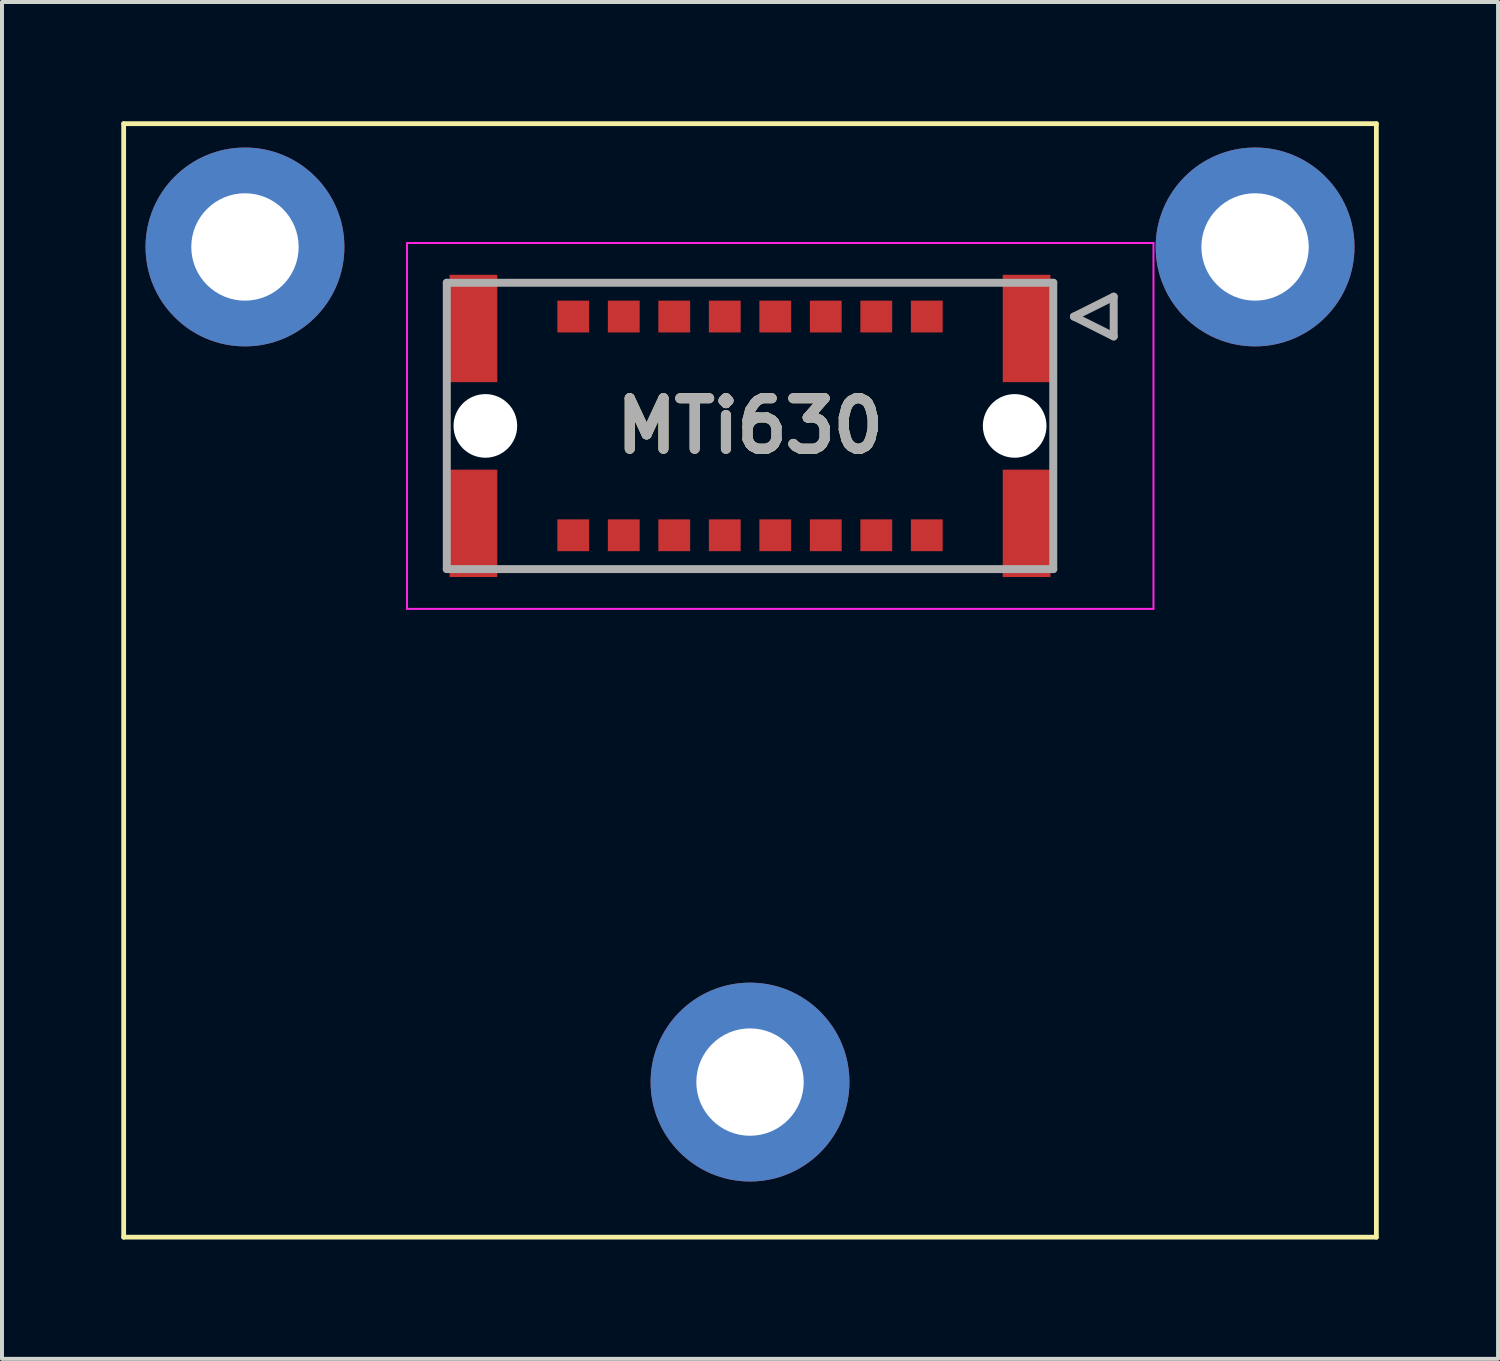
<source format=kicad_pcb>
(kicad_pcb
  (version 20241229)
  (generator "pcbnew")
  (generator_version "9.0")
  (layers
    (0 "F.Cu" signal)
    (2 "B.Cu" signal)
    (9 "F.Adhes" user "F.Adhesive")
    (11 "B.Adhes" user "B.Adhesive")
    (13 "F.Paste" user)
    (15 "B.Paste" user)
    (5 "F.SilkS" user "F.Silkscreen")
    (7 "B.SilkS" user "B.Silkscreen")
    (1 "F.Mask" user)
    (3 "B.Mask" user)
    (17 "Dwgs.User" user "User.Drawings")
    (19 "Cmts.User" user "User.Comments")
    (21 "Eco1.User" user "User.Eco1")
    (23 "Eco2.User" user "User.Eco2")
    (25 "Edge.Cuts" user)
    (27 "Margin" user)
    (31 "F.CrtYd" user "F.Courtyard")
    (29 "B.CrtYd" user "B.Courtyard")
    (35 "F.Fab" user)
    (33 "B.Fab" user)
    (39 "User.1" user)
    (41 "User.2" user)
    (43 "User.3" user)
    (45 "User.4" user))
  (footprint "MTi630"
    (layer "F.Cu")
    (at 15.81 7.66)
    (property "Reference" "MTi630" (at 0 0 0) (layer "F.SilkS") (effects (font (size 1.27 1.27) (thickness 0.254))))
    (attr through_hole)
    (fp_line (start -15.75 -7.6) (end -15.75 20.4) (stroke (width 0.12) (type solid)) (layer "F.SilkS"))
    (fp_line (start -15.75 20.4) (end 15.75 20.4) (stroke (width 0.12) (type solid)) (layer "F.SilkS"))
    (fp_line (start 8.145 -2.75) (end 9.145 -3.25) (stroke (width 0.1) (type solid)) (layer "F.SilkS"))
    (fp_line (start 9.145 -3.25) (end 9.145 -2.25) (stroke (width 0.1) (type solid)) (layer "F.SilkS"))
    (fp_line (start 9.145 -2.25) (end 8.145 -2.75) (stroke (width 0.1) (type solid)) (layer "F.SilkS"))
    (fp_line (start 15.75 -7.6) (end -15.75 -7.6) (stroke (width 0.12) (type solid)) (layer "F.SilkS"))
    (fp_line (start 15.75 20.4) (end 15.75 -7.6) (stroke (width 0.12) (type solid)) (layer "F.SilkS"))
    (fp_line (start -8.625 -4.6) (end 10.145 -4.6) (stroke (width 0.05) (type solid)) (layer "F.CrtYd"))
    (fp_line (start -8.625 4.6) (end -8.625 -4.6) (stroke (width 0.05) (type solid)) (layer "F.CrtYd"))
    (fp_line (start 10.145 -4.6) (end 10.145 4.6) (stroke (width 0.05) (type solid)) (layer "F.CrtYd"))
    (fp_line (start 10.145 4.6) (end -8.625 4.6) (stroke (width 0.05) (type solid)) (layer "F.CrtYd"))
    (fp_line (start -7.625 -3.6) (end 7.625 -3.6) (stroke (width 0.2) (type solid)) (layer "F.Fab"))
    (fp_line (start -7.625 3.6) (end -7.625 -3.6) (stroke (width 0.2) (type solid)) (layer "F.Fab"))
    (fp_line (start 7.625 -3.6) (end 7.625 3.6) (stroke (width 0.2) (type solid)) (layer "F.Fab"))
    (fp_line (start 7.625 3.6) (end -7.625 3.6) (stroke (width 0.2) (type solid)) (layer "F.Fab"))
    (fp_line (start 8.145 -2.75) (end 9.145 -3.25) (stroke (width 0.2) (type solid)) (layer "F.Fab"))
    (fp_line (start 9.145 -3.25) (end 9.145 -2.25) (stroke (width 0.2) (type solid)) (layer "F.Fab"))
    (fp_line (start 9.145 -2.25) (end 8.145 -2.75) (stroke (width 0.2) (type solid)) (layer "F.Fab"))
    (fp_text user "${REFERENCE}" (at 0 0 0) (layer "F.Fab") (effects (font (size 1.27 1.27) (thickness 0.254))))
    (pad "" np_thru_hole circle (at -6.655 0) (size 1.6 1.6) (drill 1.6) (layers "*.Cu" "*.Mask"))
    (pad "" np_thru_hole circle (at 6.655 0) (size 1.6 1.6) (drill 1.6) (layers "*.Cu" "*.Mask"))
    (pad "1" smd rect (at 4.445 -2.75 90) (size 0.8 0.8) (layers "F.Cu" "F.Mask" "F.Paste"))
    (pad "2" smd rect (at 4.445 2.75 90) (size 0.8 0.8) (layers "F.Cu" "F.Mask" "F.Paste"))
    (pad "3" smd rect (at 3.175 -2.75 90) (size 0.8 0.8) (layers "F.Cu" "F.Mask" "F.Paste"))
    (pad "4" smd rect (at 3.175 2.75 90) (size 0.8 0.8) (layers "F.Cu" "F.Mask" "F.Paste"))
    (pad "5" smd rect (at 1.905 -2.75 90) (size 0.8 0.8) (layers "F.Cu" "F.Mask" "F.Paste"))
    (pad "6" smd rect (at 1.905 2.75 90) (size 0.8 0.8) (layers "F.Cu" "F.Mask" "F.Paste"))
    (pad "7" smd rect (at 0.635 -2.75 90) (size 0.8 0.8) (layers "F.Cu" "F.Mask" "F.Paste"))
    (pad "8" smd rect (at 0.635 2.75 90) (size 0.8 0.8) (layers "F.Cu" "F.Mask" "F.Paste"))
    (pad "9" smd rect (at -0.635 -2.75 90) (size 0.8 0.8) (layers "F.Cu" "F.Mask" "F.Paste"))
    (pad "10" smd rect (at -0.635 2.75 90) (size 0.8 0.8) (layers "F.Cu" "F.Mask" "F.Paste"))
    (pad "11" smd rect (at -1.905 -2.75 90) (size 0.8 0.8) (layers "F.Cu" "F.Mask" "F.Paste"))
    (pad "12" smd rect (at -1.905 2.75 90) (size 0.8 0.8) (layers "F.Cu" "F.Mask" "F.Paste"))
    (pad "13" smd rect (at -3.175 -2.75 90) (size 0.8 0.8) (layers "F.Cu" "F.Mask" "F.Paste"))
    (pad "14" smd rect (at -3.175 2.75 90) (size 0.8 0.8) (layers "F.Cu" "F.Mask" "F.Paste"))
    (pad "15" smd rect (at -4.445 -2.75 90) (size 0.8 0.8) (layers "F.Cu" "F.Mask" "F.Paste"))
    (pad "16" smd rect (at -4.445 2.75 90) (size 0.8 0.8) (layers "F.Cu" "F.Mask" "F.Paste"))
    (pad "17" smd rect (at 6.955 -2.45) (size 1.2 2.7) (layers "F.Cu" "F.Mask" "F.Paste"))
    (pad "18" smd rect (at -6.955 -2.45) (size 1.2 2.7) (layers "F.Cu" "F.Mask" "F.Paste"))
    (pad "19" smd rect (at 6.955 2.45) (size 1.2 2.7) (layers "F.Cu" "F.Mask" "F.Paste"))
    (pad "20" smd rect (at -6.955 2.45) (size 1.2 2.7) (layers "F.Cu" "F.Mask" "F.Paste"))
    (pad "21" thru_hole circle (at -12.7 -4.5 90) (size 5 5) (drill 2.7) (layers "*.Cu" "*.Mask"))
    (pad "22" thru_hole circle (at 12.7 -4.5 90) (size 5 5) (drill 2.7) (layers "*.Cu" "*.Mask"))
    (pad "23" thru_hole circle (at 0 16.5 90) (size 5 5) (drill 2.7) (layers "*.Cu" "*.Mask")))
  (gr_rect
    (start -3 -3)
    (end 34.62 31.12)
    (stroke (width 0.1) (type default))
    (fill no)
    (layer "Edge.Cuts")))
</source>
